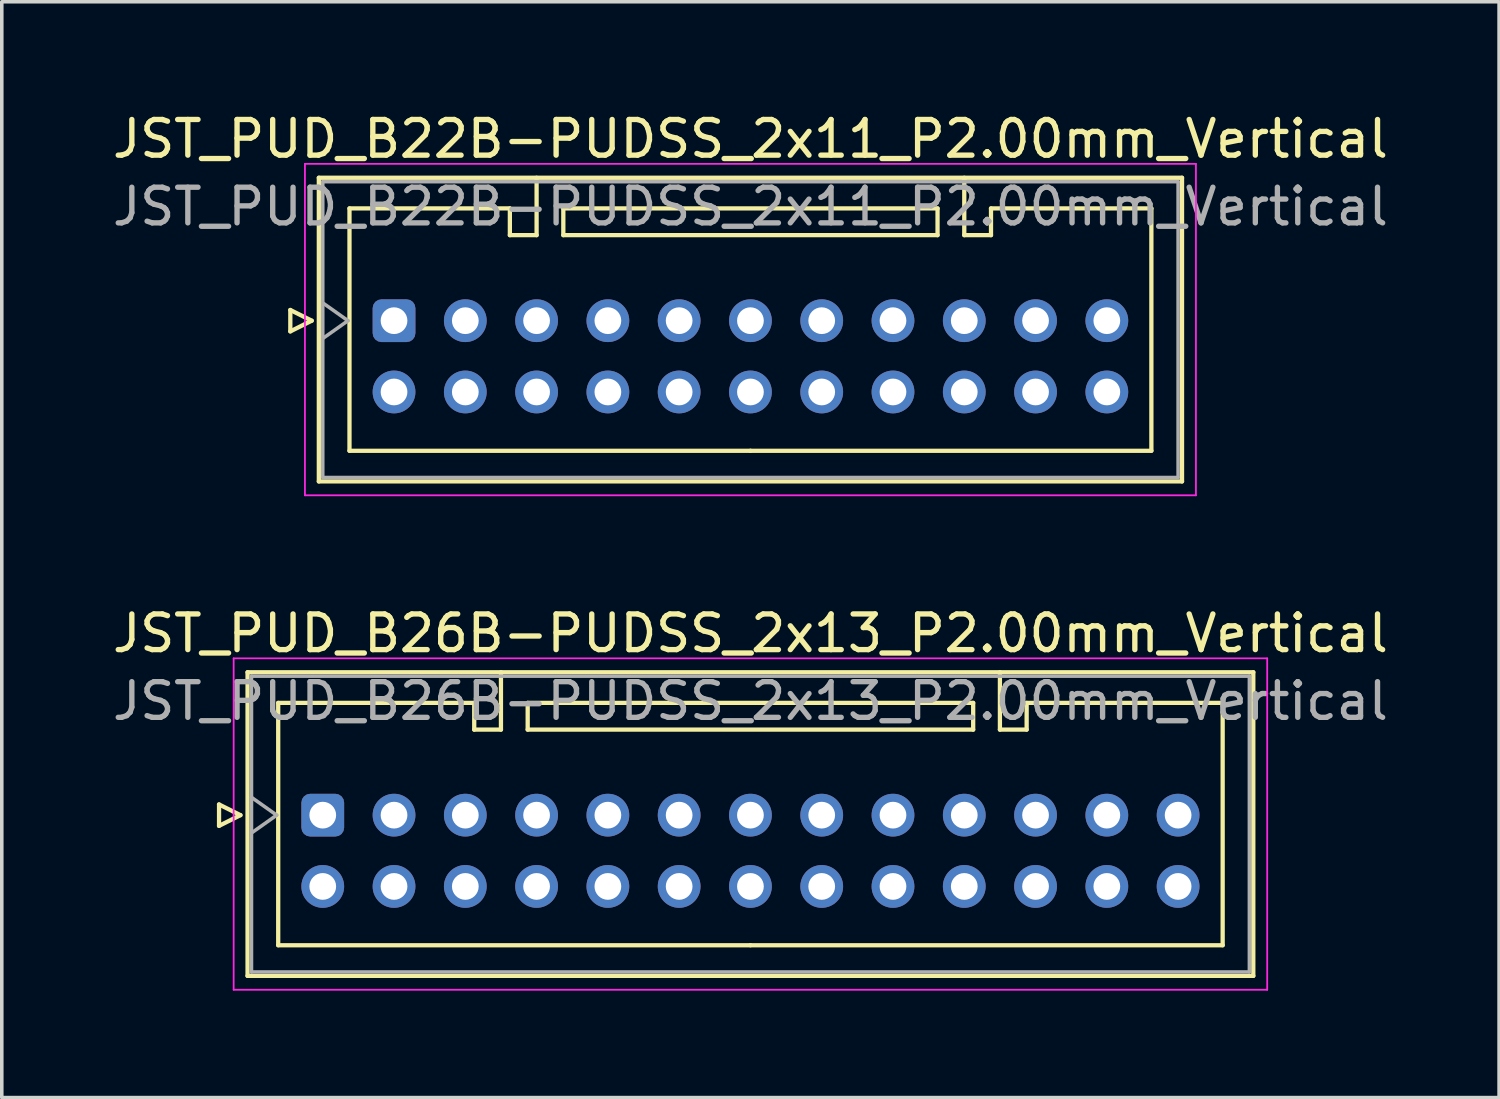
<source format=kicad_pcb>
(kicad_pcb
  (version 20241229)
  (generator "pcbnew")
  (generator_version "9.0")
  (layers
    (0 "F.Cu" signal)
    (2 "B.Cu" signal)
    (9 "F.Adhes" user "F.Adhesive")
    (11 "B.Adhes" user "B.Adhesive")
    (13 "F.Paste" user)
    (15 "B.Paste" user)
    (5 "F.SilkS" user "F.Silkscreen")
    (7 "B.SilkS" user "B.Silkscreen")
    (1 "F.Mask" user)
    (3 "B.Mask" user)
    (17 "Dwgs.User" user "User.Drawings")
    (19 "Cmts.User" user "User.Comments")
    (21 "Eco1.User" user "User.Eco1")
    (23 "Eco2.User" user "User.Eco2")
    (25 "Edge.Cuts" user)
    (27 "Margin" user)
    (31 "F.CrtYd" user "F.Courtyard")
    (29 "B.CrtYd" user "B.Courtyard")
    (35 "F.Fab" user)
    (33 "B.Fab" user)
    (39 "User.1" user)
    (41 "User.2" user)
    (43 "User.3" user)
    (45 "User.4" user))
  (footprint "JST_PUD_B26B-PUDSS_2x13_P2.00mm_Vertical"
    (layer "F.Cu")
    (at 6.006 19.822)
    (property "Reference" "JST_PUD_B26B-PUDSS_2x13_P2.00mm_Vertical" (at 12 -5.1 0) (layer "F.SilkS") (effects (font (size 1 1) (thickness 0.15))))
    (attr through_hole)
    (fp_line (start -2.91 -0.3) (end -2.31 0) (stroke (width 0.12) (type solid)) (layer "F.SilkS"))
    (fp_line (start -2.91 0.3) (end -2.91 -0.3) (stroke (width 0.12) (type solid)) (layer "F.SilkS"))
    (fp_line (start -2.31 0) (end -2.91 0.3) (stroke (width 0.12) (type solid)) (layer "F.SilkS"))
    (fp_line (start -2.11 -4.01) (end -2.11 4.51) (stroke (width 0.12) (type solid)) (layer "F.SilkS"))
    (fp_line (start -2.11 4.51) (end 26.11 4.51) (stroke (width 0.12) (type solid)) (layer "F.SilkS"))
    (fp_line (start -1.25 -3.15) (end -1.25 3.65) (stroke (width 0.12) (type solid)) (layer "F.SilkS"))
    (fp_line (start -1.25 3.65) (end 12 3.65) (stroke (width 0.12) (type solid)) (layer "F.SilkS"))
    (fp_line (start 4.25 -3.15) (end -1.25 -3.15) (stroke (width 0.12) (type solid)) (layer "F.SilkS"))
    (fp_line (start 4.25 -2.4) (end 4.25 -3.15) (stroke (width 0.12) (type solid)) (layer "F.SilkS"))
    (fp_line (start 5 -4.01) (end 5 -2.4) (stroke (width 0.12) (type solid)) (layer "F.SilkS"))
    (fp_line (start 5 -2.4) (end 4.25 -2.4) (stroke (width 0.12) (type solid)) (layer "F.SilkS"))
    (fp_line (start 5.75 -3.15) (end 5.75 -2.4) (stroke (width 0.12) (type solid)) (layer "F.SilkS"))
    (fp_line (start 5.75 -2.4) (end 18.25 -2.4) (stroke (width 0.12) (type solid)) (layer "F.SilkS"))
    (fp_line (start 18.25 -3.15) (end 5.75 -3.15) (stroke (width 0.12) (type solid)) (layer "F.SilkS"))
    (fp_line (start 18.25 -2.4) (end 18.25 -3.15) (stroke (width 0.12) (type solid)) (layer "F.SilkS"))
    (fp_line (start 19 -4.01) (end 19 -2.4) (stroke (width 0.12) (type solid)) (layer "F.SilkS"))
    (fp_line (start 19 -2.4) (end 19.75 -2.4) (stroke (width 0.12) (type solid)) (layer "F.SilkS"))
    (fp_line (start 19.75 -3.15) (end 25.25 -3.15) (stroke (width 0.12) (type solid)) (layer "F.SilkS"))
    (fp_line (start 19.75 -2.4) (end 19.75 -3.15) (stroke (width 0.12) (type solid)) (layer "F.SilkS"))
    (fp_line (start 25.25 -3.15) (end 25.25 3.65) (stroke (width 0.12) (type solid)) (layer "F.SilkS"))
    (fp_line (start 25.25 3.65) (end 12 3.65) (stroke (width 0.12) (type solid)) (layer "F.SilkS"))
    (fp_line (start 26.11 -4.01) (end -2.11 -4.01) (stroke (width 0.12) (type solid)) (layer "F.SilkS"))
    (fp_line (start 26.11 4.51) (end 26.11 -4.01) (stroke (width 0.12) (type solid)) (layer "F.SilkS"))
    (fp_line (start -2.5 -4.4) (end -2.5 4.9) (stroke (width 0.05) (type solid)) (layer "F.CrtYd"))
    (fp_line (start -2.5 4.9) (end 26.5 4.9) (stroke (width 0.05) (type solid)) (layer "F.CrtYd"))
    (fp_line (start 26.5 -4.4) (end -2.5 -4.4) (stroke (width 0.05) (type solid)) (layer "F.CrtYd"))
    (fp_line (start 26.5 4.9) (end 26.5 -4.4) (stroke (width 0.05) (type solid)) (layer "F.CrtYd"))
    (fp_line (start -2 -3.9) (end -2 4.4) (stroke (width 0.1) (type solid)) (layer "F.Fab"))
    (fp_line (start -2 0.5) (end -1.293 0) (stroke (width 0.1) (type solid)) (layer "F.Fab"))
    (fp_line (start -2 4.4) (end 26 4.4) (stroke (width 0.1) (type solid)) (layer "F.Fab"))
    (fp_line (start -1.293 0) (end -2 -0.5) (stroke (width 0.1) (type solid)) (layer "F.Fab"))
    (fp_line (start 26 -3.9) (end -2 -3.9) (stroke (width 0.1) (type solid)) (layer "F.Fab"))
    (fp_line (start 26 4.4) (end 26 -3.9) (stroke (width 0.1) (type solid)) (layer "F.Fab"))
    (fp_text user "${REFERENCE}" (at 12 -3.2 0) (layer "F.Fab") (effects (font (size 1 1) (thickness 0.15))))
    (pad "1" thru_hole roundrect (at 0 0) (size 1.2 1.2) (drill 0.75) (layers "*.Cu" "*.Mask") (roundrect_rratio 0.208))
    (pad "2" thru_hole circle (at 0 2) (size 1.2 1.2) (drill 0.75) (layers "*.Cu" "*.Mask"))
    (pad "3" thru_hole circle (at 2 0) (size 1.2 1.2) (drill 0.75) (layers "*.Cu" "*.Mask"))
    (pad "4" thru_hole circle (at 2 2) (size 1.2 1.2) (drill 0.75) (layers "*.Cu" "*.Mask"))
    (pad "5" thru_hole circle (at 4 0) (size 1.2 1.2) (drill 0.75) (layers "*.Cu" "*.Mask"))
    (pad "6" thru_hole circle (at 4 2) (size 1.2 1.2) (drill 0.75) (layers "*.Cu" "*.Mask"))
    (pad "7" thru_hole circle (at 6 0) (size 1.2 1.2) (drill 0.75) (layers "*.Cu" "*.Mask"))
    (pad "8" thru_hole circle (at 6 2) (size 1.2 1.2) (drill 0.75) (layers "*.Cu" "*.Mask"))
    (pad "9" thru_hole circle (at 8 0) (size 1.2 1.2) (drill 0.75) (layers "*.Cu" "*.Mask"))
    (pad "10" thru_hole circle (at 8 2) (size 1.2 1.2) (drill 0.75) (layers "*.Cu" "*.Mask"))
    (pad "11" thru_hole circle (at 10 0) (size 1.2 1.2) (drill 0.75) (layers "*.Cu" "*.Mask"))
    (pad "12" thru_hole circle (at 10 2) (size 1.2 1.2) (drill 0.75) (layers "*.Cu" "*.Mask"))
    (pad "13" thru_hole circle (at 12 0) (size 1.2 1.2) (drill 0.75) (layers "*.Cu" "*.Mask"))
    (pad "14" thru_hole circle (at 12 2) (size 1.2 1.2) (drill 0.75) (layers "*.Cu" "*.Mask"))
    (pad "15" thru_hole circle (at 14 0) (size 1.2 1.2) (drill 0.75) (layers "*.Cu" "*.Mask"))
    (pad "16" thru_hole circle (at 14 2) (size 1.2 1.2) (drill 0.75) (layers "*.Cu" "*.Mask"))
    (pad "17" thru_hole circle (at 16 0) (size 1.2 1.2) (drill 0.75) (layers "*.Cu" "*.Mask"))
    (pad "18" thru_hole circle (at 16 2) (size 1.2 1.2) (drill 0.75) (layers "*.Cu" "*.Mask"))
    (pad "19" thru_hole circle (at 18 0) (size 1.2 1.2) (drill 0.75) (layers "*.Cu" "*.Mask"))
    (pad "20" thru_hole circle (at 18 2) (size 1.2 1.2) (drill 0.75) (layers "*.Cu" "*.Mask"))
    (pad "21" thru_hole circle (at 20 0) (size 1.2 1.2) (drill 0.75) (layers "*.Cu" "*.Mask"))
    (pad "22" thru_hole circle (at 20 2) (size 1.2 1.2) (drill 0.75) (layers "*.Cu" "*.Mask"))
    (pad "23" thru_hole circle (at 22 0) (size 1.2 1.2) (drill 0.75) (layers "*.Cu" "*.Mask"))
    (pad "24" thru_hole circle (at 22 2) (size 1.2 1.2) (drill 0.75) (layers "*.Cu" "*.Mask"))
    (pad "25" thru_hole circle (at 24 0) (size 1.2 1.2) (drill 0.75) (layers "*.Cu" "*.Mask"))
    (pad "26" thru_hole circle (at 24 2) (size 1.2 1.2) (drill 0.75) (layers "*.Cu" "*.Mask")))
  (footprint "JST_PUD_B22B-PUDSS_2x11_P2.00mm_Vertical"
    (layer "F.Cu")
    (at 8.006 5.948)
    (property "Reference" "JST_PUD_B22B-PUDSS_2x11_P2.00mm_Vertical" (at 10 -5.1 0) (layer "F.SilkS") (effects (font (size 1 1) (thickness 0.15))))
    (attr through_hole)
    (fp_line (start -2.91 -0.3) (end -2.31 0) (stroke (width 0.12) (type solid)) (layer "F.SilkS"))
    (fp_line (start -2.91 0.3) (end -2.91 -0.3) (stroke (width 0.12) (type solid)) (layer "F.SilkS"))
    (fp_line (start -2.31 0) (end -2.91 0.3) (stroke (width 0.12) (type solid)) (layer "F.SilkS"))
    (fp_line (start -2.11 -4.01) (end -2.11 4.51) (stroke (width 0.12) (type solid)) (layer "F.SilkS"))
    (fp_line (start -2.11 4.51) (end 22.11 4.51) (stroke (width 0.12) (type solid)) (layer "F.SilkS"))
    (fp_line (start -1.25 -3.15) (end -1.25 3.65) (stroke (width 0.12) (type solid)) (layer "F.SilkS"))
    (fp_line (start -1.25 3.65) (end 10 3.65) (stroke (width 0.12) (type solid)) (layer "F.SilkS"))
    (fp_line (start 3.25 -3.15) (end -1.25 -3.15) (stroke (width 0.12) (type solid)) (layer "F.SilkS"))
    (fp_line (start 3.25 -2.4) (end 3.25 -3.15) (stroke (width 0.12) (type solid)) (layer "F.SilkS"))
    (fp_line (start 4 -4.01) (end 4 -2.4) (stroke (width 0.12) (type solid)) (layer "F.SilkS"))
    (fp_line (start 4 -2.4) (end 3.25 -2.4) (stroke (width 0.12) (type solid)) (layer "F.SilkS"))
    (fp_line (start 4.75 -3.15) (end 4.75 -2.4) (stroke (width 0.12) (type solid)) (layer "F.SilkS"))
    (fp_line (start 4.75 -2.4) (end 15.25 -2.4) (stroke (width 0.12) (type solid)) (layer "F.SilkS"))
    (fp_line (start 15.25 -3.15) (end 4.75 -3.15) (stroke (width 0.12) (type solid)) (layer "F.SilkS"))
    (fp_line (start 15.25 -2.4) (end 15.25 -3.15) (stroke (width 0.12) (type solid)) (layer "F.SilkS"))
    (fp_line (start 16 -4.01) (end 16 -2.4) (stroke (width 0.12) (type solid)) (layer "F.SilkS"))
    (fp_line (start 16 -2.4) (end 16.75 -2.4) (stroke (width 0.12) (type solid)) (layer "F.SilkS"))
    (fp_line (start 16.75 -3.15) (end 21.25 -3.15) (stroke (width 0.12) (type solid)) (layer "F.SilkS"))
    (fp_line (start 16.75 -2.4) (end 16.75 -3.15) (stroke (width 0.12) (type solid)) (layer "F.SilkS"))
    (fp_line (start 21.25 -3.15) (end 21.25 3.65) (stroke (width 0.12) (type solid)) (layer "F.SilkS"))
    (fp_line (start 21.25 3.65) (end 10 3.65) (stroke (width 0.12) (type solid)) (layer "F.SilkS"))
    (fp_line (start 22.11 -4.01) (end -2.11 -4.01) (stroke (width 0.12) (type solid)) (layer "F.SilkS"))
    (fp_line (start 22.11 4.51) (end 22.11 -4.01) (stroke (width 0.12) (type solid)) (layer "F.SilkS"))
    (fp_line (start -2.5 -4.4) (end -2.5 4.9) (stroke (width 0.05) (type solid)) (layer "F.CrtYd"))
    (fp_line (start -2.5 4.9) (end 22.5 4.9) (stroke (width 0.05) (type solid)) (layer "F.CrtYd"))
    (fp_line (start 22.5 -4.4) (end -2.5 -4.4) (stroke (width 0.05) (type solid)) (layer "F.CrtYd"))
    (fp_line (start 22.5 4.9) (end 22.5 -4.4) (stroke (width 0.05) (type solid)) (layer "F.CrtYd"))
    (fp_line (start -2 -3.9) (end -2 4.4) (stroke (width 0.1) (type solid)) (layer "F.Fab"))
    (fp_line (start -2 0.5) (end -1.293 0) (stroke (width 0.1) (type solid)) (layer "F.Fab"))
    (fp_line (start -2 4.4) (end 22 4.4) (stroke (width 0.1) (type solid)) (layer "F.Fab"))
    (fp_line (start -1.293 0) (end -2 -0.5) (stroke (width 0.1) (type solid)) (layer "F.Fab"))
    (fp_line (start 22 -3.9) (end -2 -3.9) (stroke (width 0.1) (type solid)) (layer "F.Fab"))
    (fp_line (start 22 4.4) (end 22 -3.9) (stroke (width 0.1) (type solid)) (layer "F.Fab"))
    (fp_text user "${REFERENCE}" (at 10 -3.2 0) (layer "F.Fab") (effects (font (size 1 1) (thickness 0.15))))
    (pad "1" thru_hole roundrect (at 0 0) (size 1.2 1.2) (drill 0.75) (layers "*.Cu" "*.Mask") (roundrect_rratio 0.208))
    (pad "2" thru_hole circle (at 0 2) (size 1.2 1.2) (drill 0.75) (layers "*.Cu" "*.Mask"))
    (pad "3" thru_hole circle (at 2 0) (size 1.2 1.2) (drill 0.75) (layers "*.Cu" "*.Mask"))
    (pad "4" thru_hole circle (at 2 2) (size 1.2 1.2) (drill 0.75) (layers "*.Cu" "*.Mask"))
    (pad "5" thru_hole circle (at 4 0) (size 1.2 1.2) (drill 0.75) (layers "*.Cu" "*.Mask"))
    (pad "6" thru_hole circle (at 4 2) (size 1.2 1.2) (drill 0.75) (layers "*.Cu" "*.Mask"))
    (pad "7" thru_hole circle (at 6 0) (size 1.2 1.2) (drill 0.75) (layers "*.Cu" "*.Mask"))
    (pad "8" thru_hole circle (at 6 2) (size 1.2 1.2) (drill 0.75) (layers "*.Cu" "*.Mask"))
    (pad "9" thru_hole circle (at 8 0) (size 1.2 1.2) (drill 0.75) (layers "*.Cu" "*.Mask"))
    (pad "10" thru_hole circle (at 8 2) (size 1.2 1.2) (drill 0.75) (layers "*.Cu" "*.Mask"))
    (pad "11" thru_hole circle (at 10 0) (size 1.2 1.2) (drill 0.75) (layers "*.Cu" "*.Mask"))
    (pad "12" thru_hole circle (at 10 2) (size 1.2 1.2) (drill 0.75) (layers "*.Cu" "*.Mask"))
    (pad "13" thru_hole circle (at 12 0) (size 1.2 1.2) (drill 0.75) (layers "*.Cu" "*.Mask"))
    (pad "14" thru_hole circle (at 12 2) (size 1.2 1.2) (drill 0.75) (layers "*.Cu" "*.Mask"))
    (pad "15" thru_hole circle (at 14 0) (size 1.2 1.2) (drill 0.75) (layers "*.Cu" "*.Mask"))
    (pad "16" thru_hole circle (at 14 2) (size 1.2 1.2) (drill 0.75) (layers "*.Cu" "*.Mask"))
    (pad "17" thru_hole circle (at 16 0) (size 1.2 1.2) (drill 0.75) (layers "*.Cu" "*.Mask"))
    (pad "18" thru_hole circle (at 16 2) (size 1.2 1.2) (drill 0.75) (layers "*.Cu" "*.Mask"))
    (pad "19" thru_hole circle (at 18 0) (size 1.2 1.2) (drill 0.75) (layers "*.Cu" "*.Mask"))
    (pad "20" thru_hole circle (at 18 2) (size 1.2 1.2) (drill 0.75) (layers "*.Cu" "*.Mask"))
    (pad "21" thru_hole circle (at 20 0) (size 1.2 1.2) (drill 0.75) (layers "*.Cu" "*.Mask"))
    (pad "22" thru_hole circle (at 20 2) (size 1.2 1.2) (drill 0.75) (layers "*.Cu" "*.Mask")))
  (gr_rect
    (start -3 -3)
    (end 39.012 27.747)
    (stroke (width 0.1) (type default))
    (fill no)
    (layer "Edge.Cuts")))
</source>
